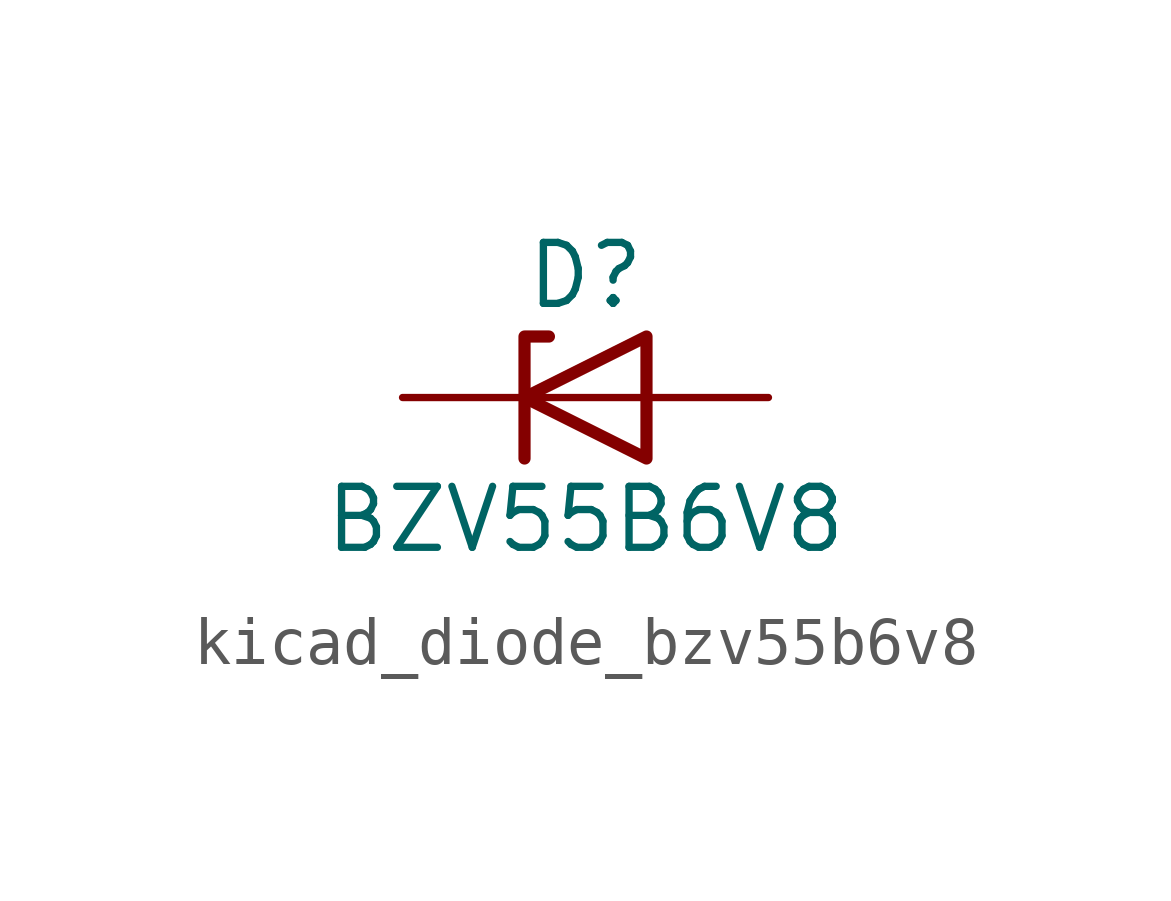
<source format=kicad_sym>
(kicad_symbol_lib
  (version 20220914)
  (generator kicad_symbol_editor)
  (symbol "kicad_diode_bzv55b6v8"
    (pin_numbers hide)
    (pin_names hide)
    (property "Reference" "D"
      (at 0 2.54 0)
      (effects (font (size 1.27 1.27))))
    (property "Value" "BZV55B6V8"
      (at 0 -2.54 0)
      (effects (font (size 1.27 1.27))))
    (symbol "kicad_diode_bzv55b6v8_0_1"
      (polyline (pts (xy 1.27 0) (xy -1.27 0)) (stroke (width 0) (type default)) (fill (type none)))
      (polyline (pts (xy -1.27 -1.27) (xy -1.27 1.27) (xy -0.762 1.27)) (stroke (width 0.254) (type default)) (fill (type none)))
      (polyline (pts (xy 1.27 -1.27) (xy 1.27 1.27) (xy -1.27 0) (xy 1.27 -1.27)) (stroke (width 0.254) (type default)) (fill (type none))))
    (symbol "kicad_diode_bzv55b6v8_1_1"
      (pin passive line (at -3.81 0 0) (length 2.54) (name "K" (effects (font (size 1.27 1.27)))) (number "1" (effects (font (size 1.27 1.27)))))
      (pin passive line (at 3.81 0 180) (length 2.54) (name "A" (effects (font (size 1.27 1.27)))) (number "2" (effects (font (size 1.27 1.27))))))))
</source>
